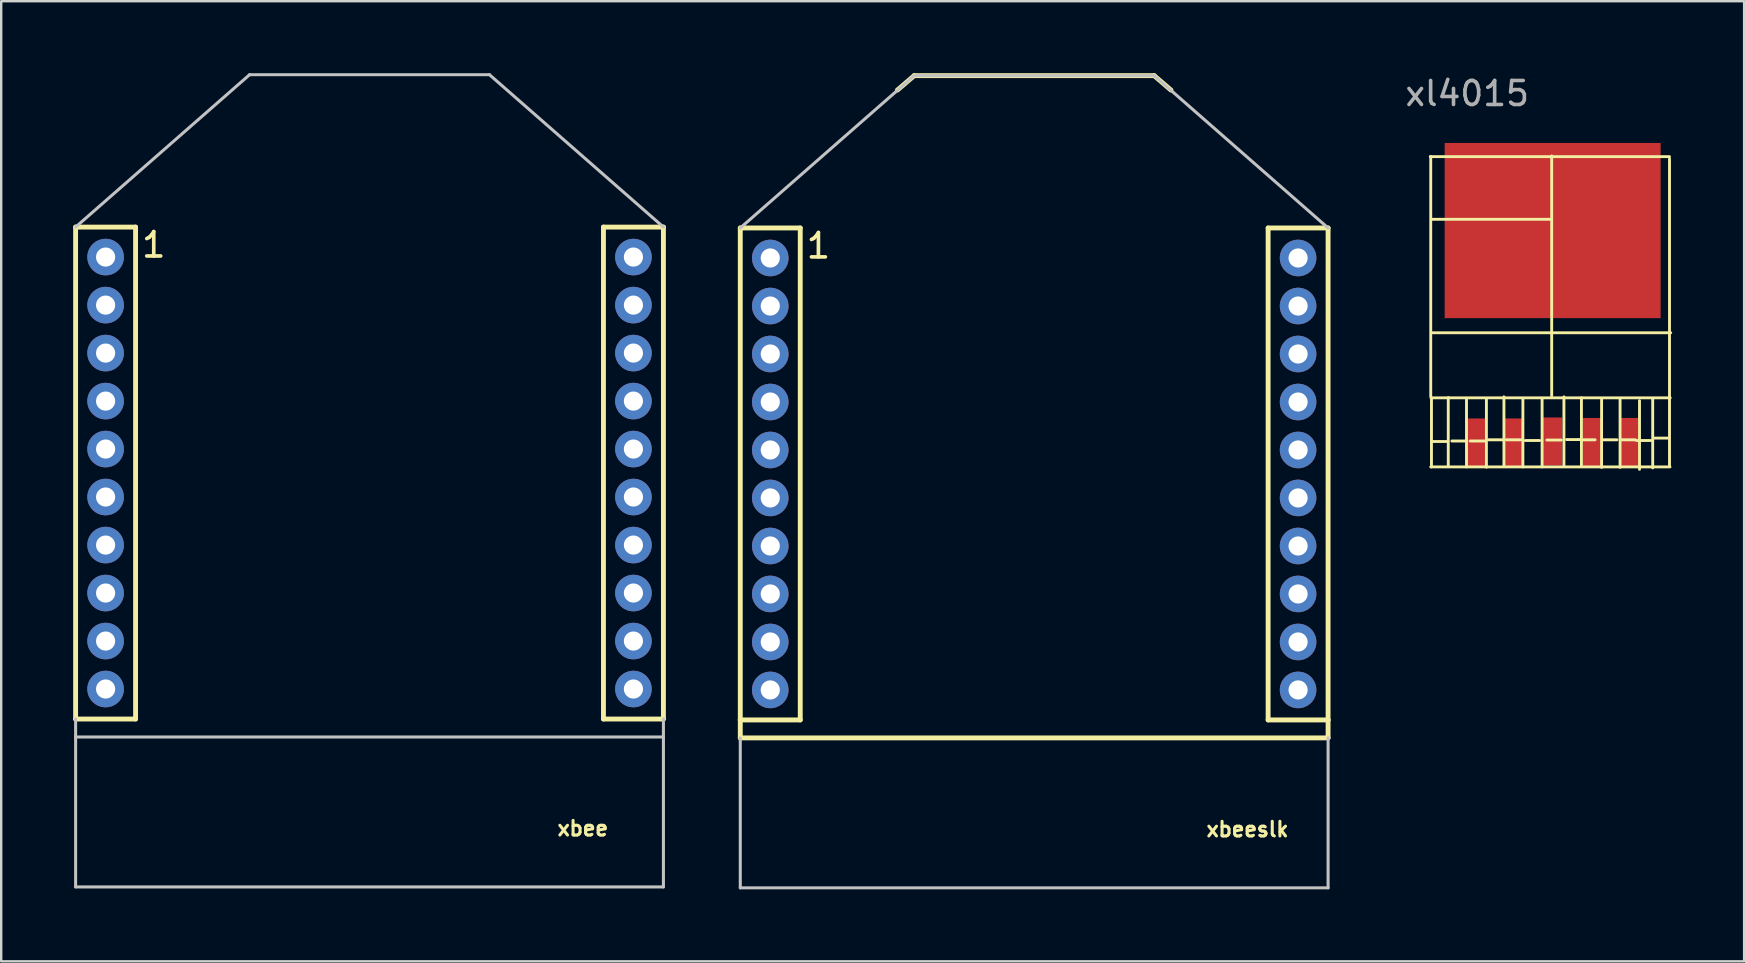
<source format=kicad_pcb>
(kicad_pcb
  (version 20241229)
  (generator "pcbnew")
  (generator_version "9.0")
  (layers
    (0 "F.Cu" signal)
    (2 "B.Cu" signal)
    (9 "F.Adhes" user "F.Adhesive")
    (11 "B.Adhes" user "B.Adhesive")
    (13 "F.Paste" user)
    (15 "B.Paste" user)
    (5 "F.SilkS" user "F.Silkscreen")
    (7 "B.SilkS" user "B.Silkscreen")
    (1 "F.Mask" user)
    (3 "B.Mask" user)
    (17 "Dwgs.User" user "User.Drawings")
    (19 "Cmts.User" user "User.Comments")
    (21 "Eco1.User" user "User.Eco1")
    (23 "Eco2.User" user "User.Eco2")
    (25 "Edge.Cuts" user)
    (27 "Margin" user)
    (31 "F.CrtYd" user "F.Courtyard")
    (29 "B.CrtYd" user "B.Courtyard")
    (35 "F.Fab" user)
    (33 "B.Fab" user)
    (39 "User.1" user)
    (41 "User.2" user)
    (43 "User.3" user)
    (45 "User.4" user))
  (footprint "xbee"
    (layer "F.Cu")
    (at 12.349 27.663)
    (property "Reference" "xbee" (at 8.89 3.81 0) (layer "F.SilkS") (effects (font (size 0.61 0.61) (thickness 0.127))))
    (attr exclude_from_pos_files exclude_from_bom)
    (fp_line (start -12.248 -21.25) (end -12.248 -0.749) (stroke (width 0.203) (type solid)) (layer "F.SilkS"))
    (fp_line (start -12.248 -0.749) (end -9.749 -0.749) (stroke (width 0.203) (type solid)) (layer "F.SilkS"))
    (fp_line (start -9.749 -21.25) (end -12.248 -21.25) (stroke (width 0.203) (type solid)) (layer "F.SilkS"))
    (fp_line (start -9.749 -21.25) (end -9.749 -0.749) (stroke (width 0.203) (type solid)) (layer "F.SilkS"))
    (fp_line (start 9.749 -21.25) (end 9.749 -0.749) (stroke (width 0.203) (type solid)) (layer "F.SilkS"))
    (fp_line (start 9.749 -21.25) (end 12.248 -21.25) (stroke (width 0.203) (type solid)) (layer "F.SilkS"))
    (fp_line (start 12.248 -21.25) (end 12.248 -0.749) (stroke (width 0.203) (type solid)) (layer "F.SilkS"))
    (fp_line (start 12.248 -0.749) (end 9.749 -0.749) (stroke (width 0.203) (type solid)) (layer "F.SilkS"))
    (fp_line (start -12.248 -21.25) (end -4.999 -27.6) (stroke (width 0.127) (type solid)) (layer "Dwgs.User"))
    (fp_line (start -12.248 -0.749) (end -12.248 0) (stroke (width 0.127) (type solid)) (layer "Dwgs.User"))
    (fp_line (start -12.248 0) (end -12.248 6.248) (stroke (width 0.127) (type solid)) (layer "Dwgs.User"))
    (fp_line (start -12.248 0) (end 12.248 0) (stroke (width 0.127) (type solid)) (layer "Dwgs.User"))
    (fp_line (start -12.248 6.248) (end 12.248 6.248) (stroke (width 0.127) (type solid)) (layer "Dwgs.User"))
    (fp_line (start -4.999 -27.6) (end 4.999 -27.6) (stroke (width 0.127) (type solid)) (layer "Dwgs.User"))
    (fp_line (start 12.248 -21.25) (end 4.999 -27.6) (stroke (width 0.127) (type solid)) (layer "Dwgs.User"))
    (fp_line (start 12.248 -0.749) (end 12.248 0) (stroke (width 0.127) (type solid)) (layer "Dwgs.User"))
    (fp_line (start 12.248 0) (end 12.248 6.248) (stroke (width 0.127) (type solid)) (layer "Dwgs.User"))
    (fp_text user "1" (at -8.992 -20.508 0) (layer "F.SilkS") (effects (font (size 1.016 1.016) (thickness 0.152))))
    (pad "1" thru_hole circle (at -10.998 -20) (size 1.524 1.524) (drill 0.798) (layers "*.Cu" "*.Mask"))
    (pad "2" thru_hole circle (at -10.998 -17.998) (size 1.524 1.524) (drill 0.798) (layers "*.Cu" "*.Mask"))
    (pad "3" thru_hole circle (at -10.998 -15.999) (size 1.524 1.524) (drill 0.798) (layers "*.Cu" "*.Mask"))
    (pad "4" thru_hole circle (at -10.998 -13.998) (size 1.524 1.524) (drill 0.798) (layers "*.Cu" "*.Mask"))
    (pad "5" thru_hole circle (at -10.998 -11.999) (size 1.524 1.524) (drill 0.798) (layers "*.Cu" "*.Mask"))
    (pad "6" thru_hole circle (at -10.998 -10) (size 1.524 1.524) (drill 0.798) (layers "*.Cu" "*.Mask"))
    (pad "7" thru_hole circle (at -10.998 -7.998) (size 1.524 1.524) (drill 0.798) (layers "*.Cu" "*.Mask"))
    (pad "8" thru_hole circle (at -10.998 -5.999) (size 1.524 1.524) (drill 0.798) (layers "*.Cu" "*.Mask"))
    (pad "9" thru_hole circle (at -10.998 -3.998) (size 1.524 1.524) (drill 0.798) (layers "*.Cu" "*.Mask"))
    (pad "10" thru_hole circle (at -10.998 -1.999) (size 1.524 1.524) (drill 0.798) (layers "*.Cu" "*.Mask"))
    (pad "11" thru_hole circle (at 10.998 -1.999) (size 1.524 1.524) (drill 0.798) (layers "*.Cu" "*.Mask"))
    (pad "12" thru_hole circle (at 10.998 -3.998) (size 1.524 1.524) (drill 0.798) (layers "*.Cu" "*.Mask"))
    (pad "13" thru_hole circle (at 10.998 -5.999) (size 1.524 1.524) (drill 0.798) (layers "*.Cu" "*.Mask"))
    (pad "14" thru_hole circle (at 10.998 -7.998) (size 1.524 1.524) (drill 0.798) (layers "*.Cu" "*.Mask"))
    (pad "15" thru_hole circle (at 10.998 -10) (size 1.524 1.524) (drill 0.798) (layers "*.Cu" "*.Mask"))
    (pad "16" thru_hole circle (at 10.998 -11.999) (size 1.524 1.524) (drill 0.798) (layers "*.Cu" "*.Mask"))
    (pad "17" thru_hole circle (at 10.998 -13.998) (size 1.524 1.524) (drill 0.798) (layers "*.Cu" "*.Mask"))
    (pad "18" thru_hole circle (at 10.998 -15.999) (size 1.524 1.524) (drill 0.798) (layers "*.Cu" "*.Mask"))
    (pad "19" thru_hole circle (at 10.998 -17.998) (size 1.524 1.524) (drill 0.798) (layers "*.Cu" "*.Mask"))
    (pad "20" thru_hole circle (at 10.998 -20) (size 1.524 1.524) (drill 0.798) (layers "*.Cu" "*.Mask")))
  (footprint "xl4015"
    (layer "F.Cu")
    (at 58.094 0.348)
    (property "Reference" "xl4015" (at 0 0.5 0) (layer "F.Fab") (effects (font (size 1 1) (thickness 0.15))))
    (attr through_hole)
    (fp_line (start -1.54 3.13) (end 8.43 3.13) (stroke (width 0.12) (type solid)) (layer "F.SilkS"))
    (fp_line (start -1.52 3.12) (end -1.52 13.12) (stroke (width 0.12) (type solid)) (layer "F.SilkS"))
    (fp_line (start -1.52 16.06) (end 8.45 16.06) (stroke (width 0.12) (type solid)) (layer "F.SilkS"))
    (fp_line (start -1.51 13.18) (end 8.46 13.18) (stroke (width 0.12) (type solid)) (layer "F.SilkS"))
    (fp_line (start -1.49 5.74) (end 3.51 5.74) (stroke (width 0.12) (type solid)) (layer "F.SilkS"))
    (fp_line (start -1.49 10.47) (end 8.48 10.47) (stroke (width 0.12) (type solid)) (layer "F.SilkS"))
    (fp_line (start -1.49 13.2) (end -1.49 16.06) (stroke (width 0.12) (type solid)) (layer "F.SilkS"))
    (fp_line (start -0.83 15) (end -1.43 15) (stroke (width 0.12) (type solid)) (layer "F.SilkS"))
    (fp_line (start -0.79 13.17) (end -0.79 16.03) (stroke (width 0.12) (type solid)) (layer "F.SilkS"))
    (fp_line (start -0.04 14.98) (end -0.64 14.98) (stroke (width 0.12) (type solid)) (layer "F.SilkS"))
    (fp_line (start -0.03 13.2) (end -0.03 16.06) (stroke (width 0.12) (type solid)) (layer "F.SilkS"))
    (fp_line (start 0.72 14.98) (end 0.12 14.98) (stroke (width 0.12) (type solid)) (layer "F.SilkS"))
    (fp_line (start 0.8 13.21) (end 0.8 16.07) (stroke (width 0.12) (type solid)) (layer "F.SilkS"))
    (fp_line (start 1.49 14.93) (end 0.89 14.93) (stroke (width 0.12) (type solid)) (layer "F.SilkS"))
    (fp_line (start 1.53 13.14) (end 1.53 16) (stroke (width 0.12) (type solid)) (layer "F.SilkS"))
    (fp_line (start 2.23 14.93) (end 1.63 14.93) (stroke (width 0.12) (type solid)) (layer "F.SilkS"))
    (fp_line (start 2.32 13.2) (end 2.32 16.06) (stroke (width 0.12) (type solid)) (layer "F.SilkS"))
    (fp_line (start 3.02 14.96) (end 2.42 14.96) (stroke (width 0.12) (type solid)) (layer "F.SilkS"))
    (fp_line (start 3.12 13.2) (end 3.12 16.06) (stroke (width 0.12) (type solid)) (layer "F.SilkS"))
    (fp_line (start 3.52 3.1) (end 3.52 13.1) (stroke (width 0.12) (type solid)) (layer "F.SilkS"))
    (fp_line (start 3.92 14.94) (end 3.32 14.94) (stroke (width 0.12) (type solid)) (layer "F.SilkS"))
    (fp_line (start 4.03 13.14) (end 4.03 16) (stroke (width 0.12) (type solid)) (layer "F.SilkS"))
    (fp_line (start 4.74 14.92) (end 4.14 14.92) (stroke (width 0.12) (type solid)) (layer "F.SilkS"))
    (fp_line (start 4.76 13.18) (end 4.76 16.04) (stroke (width 0.12) (type solid)) (layer "F.SilkS"))
    (fp_line (start 5.33 14.93) (end 4.73 14.93) (stroke (width 0.12) (type solid)) (layer "F.SilkS"))
    (fp_line (start 5.6 13.22) (end 5.6 16.08) (stroke (width 0.12) (type solid)) (layer "F.SilkS"))
    (fp_line (start 6.24 14.93) (end 5.64 14.93) (stroke (width 0.12) (type solid)) (layer "F.SilkS"))
    (fp_line (start 6.37 13.22) (end 6.37 16.08) (stroke (width 0.12) (type solid)) (layer "F.SilkS"))
    (fp_line (start 7.01 14.93) (end 6.41 14.93) (stroke (width 0.12) (type solid)) (layer "F.SilkS"))
    (fp_line (start 7.18 13.3) (end 7.18 16.16) (stroke (width 0.12) (type solid)) (layer "F.SilkS"))
    (fp_line (start 7.65 14.96) (end 7.05 14.96) (stroke (width 0.12) (type solid)) (layer "F.SilkS"))
    (fp_line (start 7.73 13.24) (end 7.73 16.1) (stroke (width 0.12) (type solid)) (layer "F.SilkS"))
    (fp_line (start 8.36 14.86) (end 7.76 14.86) (stroke (width 0.12) (type solid)) (layer "F.SilkS"))
    (fp_line (start 8.43 3.22) (end 8.43 13.22) (stroke (width 0.12) (type solid)) (layer "F.SilkS"))
    (fp_line (start 8.43 13.17) (end 8.43 16.03) (stroke (width 0.12) (type solid)) (layer "F.SilkS"))
    (pad "0" smd rect (at 3.56 6.21) (size 9 7.3) (layers "F.Cu" "F.Mask" "F.Paste"))
    (pad "1" smd rect (at 0.35 15.04) (size 0.8 2) (layers "F.Cu" "F.Mask" "F.Paste"))
    (pad "2" smd rect (at 1.9 15.04) (size 0.8 2) (layers "F.Cu" "F.Mask" "F.Paste"))
    (pad "3" smd rect (at 3.56 15) (size 0.8 2) (layers "F.Cu" "F.Mask" "F.Paste"))
    (pad "4" smd rect (at 5.21 15.02) (size 0.8 2) (layers "F.Cu" "F.Mask" "F.Paste"))
    (pad "5" smd rect (at 6.76 15.02) (size 0.8 2) (layers "F.Cu" "F.Mask" "F.Paste")))
  (footprint "xbeeslk"
    (layer "F.Cu")
    (at 40.048 27.701)
    (property "Reference" "xbeeslk" (at 8.89 3.81 0) (layer "F.SilkS") (effects (font (size 0.61 0.61) (thickness 0.127))))
    (attr exclude_from_pos_files exclude_from_bom)
    (fp_line (start -12.248 -21.25) (end -12.248 -0.749) (stroke (width 0.203) (type solid)) (layer "F.SilkS"))
    (fp_line (start -12.248 -0.749) (end -12.248 0) (stroke (width 0.203) (type solid)) (layer "F.SilkS"))
    (fp_line (start -12.248 -0.749) (end -9.749 -0.749) (stroke (width 0.203) (type solid)) (layer "F.SilkS"))
    (fp_line (start -12.248 0) (end 12.248 0) (stroke (width 0.203) (type solid)) (layer "F.SilkS"))
    (fp_line (start -9.749 -21.25) (end -12.248 -21.25) (stroke (width 0.203) (type solid)) (layer "F.SilkS"))
    (fp_line (start -9.749 -21.25) (end -9.749 -0.749) (stroke (width 0.203) (type solid)) (layer "F.SilkS"))
    (fp_line (start -4.999 -27.6) (end -5.7 -26.998) (stroke (width 0.203) (type solid)) (layer "F.SilkS"))
    (fp_line (start -4.999 -27.6) (end 4.999 -27.6) (stroke (width 0.203) (type solid)) (layer "F.SilkS"))
    (fp_line (start 4.999 -27.6) (end 5.7 -26.998) (stroke (width 0.203) (type solid)) (layer "F.SilkS"))
    (fp_line (start 9.749 -21.25) (end 9.749 -0.749) (stroke (width 0.203) (type solid)) (layer "F.SilkS"))
    (fp_line (start 9.749 -21.25) (end 12.248 -21.25) (stroke (width 0.203) (type solid)) (layer "F.SilkS"))
    (fp_line (start 12.248 -21.25) (end 12.248 -0.749) (stroke (width 0.203) (type solid)) (layer "F.SilkS"))
    (fp_line (start 12.248 -0.749) (end 9.749 -0.749) (stroke (width 0.203) (type solid)) (layer "F.SilkS"))
    (fp_line (start 12.248 -0.749) (end 12.248 0) (stroke (width 0.203) (type solid)) (layer "F.SilkS"))
    (fp_line (start -12.248 -21.25) (end -4.999 -27.6) (stroke (width 0.127) (type solid)) (layer "Dwgs.User"))
    (fp_line (start -12.248 0) (end -12.248 6.248) (stroke (width 0.127) (type solid)) (layer "Dwgs.User"))
    (fp_line (start -12.248 6.248) (end 12.248 6.248) (stroke (width 0.127) (type solid)) (layer "Dwgs.User"))
    (fp_line (start -4.999 -27.6) (end 4.999 -27.6) (stroke (width 0.127) (type solid)) (layer "Dwgs.User"))
    (fp_line (start 12.248 -21.25) (end 4.999 -27.6) (stroke (width 0.127) (type solid)) (layer "Dwgs.User"))
    (fp_line (start 12.248 0) (end 12.248 6.248) (stroke (width 0.127) (type solid)) (layer "Dwgs.User"))
    (fp_text user "1" (at -8.992 -20.508 0) (layer "F.SilkS") (effects (font (size 1.016 1.016) (thickness 0.152))))
    (pad "1" thru_hole circle (at -10.998 -20) (size 1.524 1.524) (drill 0.798) (layers "*.Cu" "*.Mask"))
    (pad "2" thru_hole circle (at -10.998 -17.998) (size 1.524 1.524) (drill 0.798) (layers "*.Cu" "*.Mask"))
    (pad "3" thru_hole circle (at -10.998 -15.999) (size 1.524 1.524) (drill 0.798) (layers "*.Cu" "*.Mask"))
    (pad "4" thru_hole circle (at -10.998 -13.998) (size 1.524 1.524) (drill 0.798) (layers "*.Cu" "*.Mask"))
    (pad "5" thru_hole circle (at -10.998 -11.999) (size 1.524 1.524) (drill 0.798) (layers "*.Cu" "*.Mask"))
    (pad "6" thru_hole circle (at -10.998 -10) (size 1.524 1.524) (drill 0.798) (layers "*.Cu" "*.Mask"))
    (pad "7" thru_hole circle (at -10.998 -7.998) (size 1.524 1.524) (drill 0.798) (layers "*.Cu" "*.Mask"))
    (pad "8" thru_hole circle (at -10.998 -5.999) (size 1.524 1.524) (drill 0.798) (layers "*.Cu" "*.Mask"))
    (pad "9" thru_hole circle (at -10.998 -3.998) (size 1.524 1.524) (drill 0.798) (layers "*.Cu" "*.Mask"))
    (pad "10" thru_hole circle (at -10.998 -1.999) (size 1.524 1.524) (drill 0.798) (layers "*.Cu" "*.Mask"))
    (pad "11" thru_hole circle (at 10.998 -1.999) (size 1.524 1.524) (drill 0.798) (layers "*.Cu" "*.Mask"))
    (pad "12" thru_hole circle (at 10.998 -3.998) (size 1.524 1.524) (drill 0.798) (layers "*.Cu" "*.Mask"))
    (pad "13" thru_hole circle (at 10.998 -5.999) (size 1.524 1.524) (drill 0.798) (layers "*.Cu" "*.Mask"))
    (pad "14" thru_hole circle (at 10.998 -7.998) (size 1.524 1.524) (drill 0.798) (layers "*.Cu" "*.Mask"))
    (pad "15" thru_hole circle (at 10.998 -10) (size 1.524 1.524) (drill 0.798) (layers "*.Cu" "*.Mask"))
    (pad "16" thru_hole circle (at 10.998 -11.999) (size 1.524 1.524) (drill 0.798) (layers "*.Cu" "*.Mask"))
    (pad "17" thru_hole circle (at 10.998 -13.998) (size 1.524 1.524) (drill 0.798) (layers "*.Cu" "*.Mask"))
    (pad "18" thru_hole circle (at 10.998 -15.999) (size 1.524 1.524) (drill 0.798) (layers "*.Cu" "*.Mask"))
    (pad "19" thru_hole circle (at 10.998 -17.998) (size 1.524 1.524) (drill 0.798) (layers "*.Cu" "*.Mask"))
    (pad "20" thru_hole circle (at 10.998 -20) (size 1.524 1.524) (drill 0.798) (layers "*.Cu" "*.Mask")))
  (gr_rect
    (start -3 -3)
    (end 69.634 37.013)
    (stroke (width 0.1) (type default))
    (fill no)
    (layer "Edge.Cuts")))
</source>
